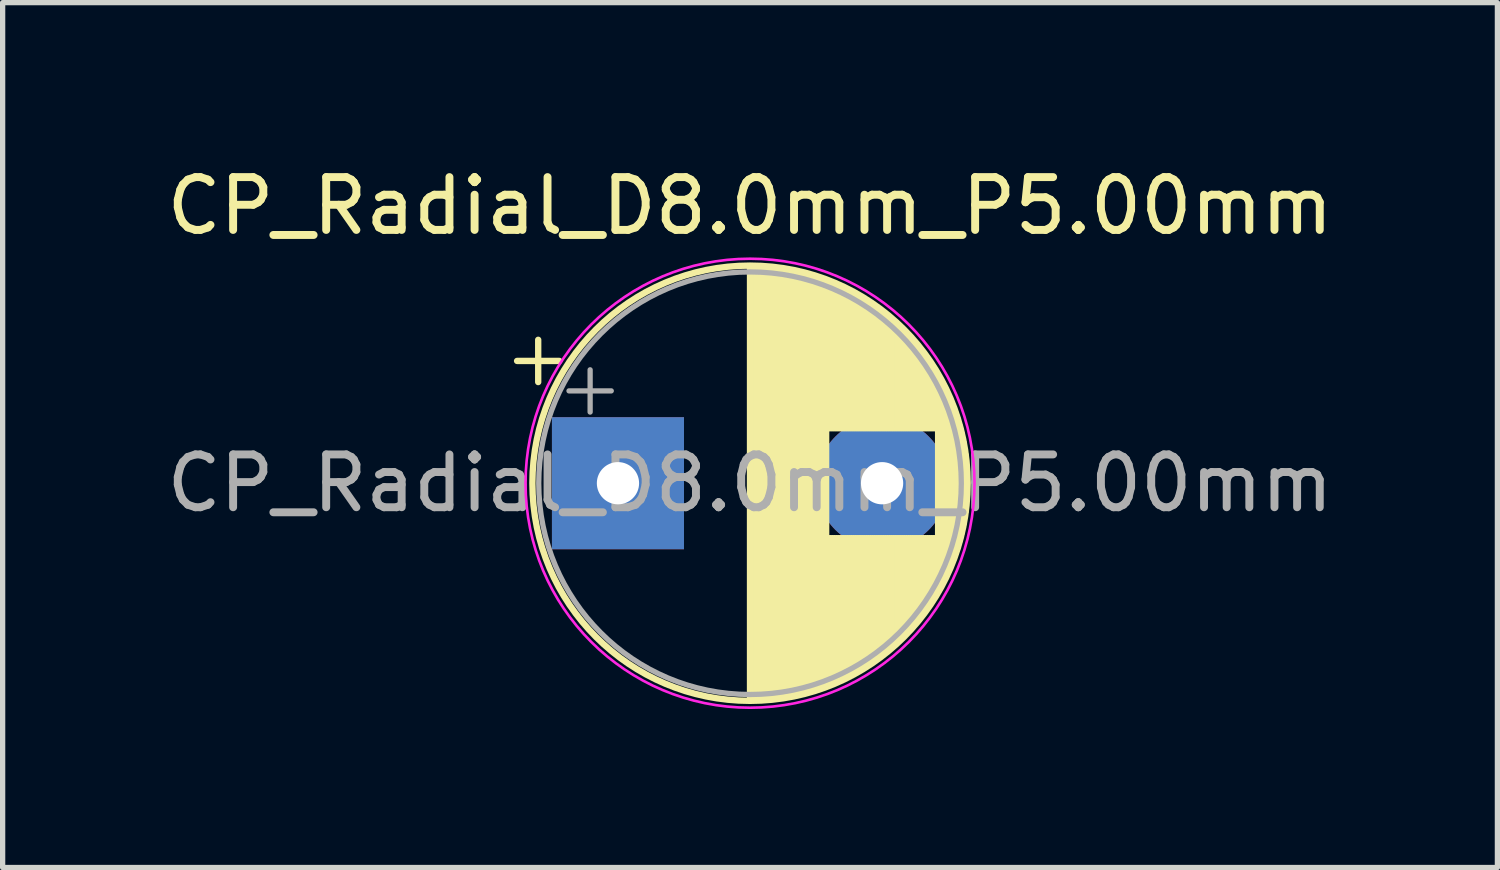
<source format=kicad_pcb>
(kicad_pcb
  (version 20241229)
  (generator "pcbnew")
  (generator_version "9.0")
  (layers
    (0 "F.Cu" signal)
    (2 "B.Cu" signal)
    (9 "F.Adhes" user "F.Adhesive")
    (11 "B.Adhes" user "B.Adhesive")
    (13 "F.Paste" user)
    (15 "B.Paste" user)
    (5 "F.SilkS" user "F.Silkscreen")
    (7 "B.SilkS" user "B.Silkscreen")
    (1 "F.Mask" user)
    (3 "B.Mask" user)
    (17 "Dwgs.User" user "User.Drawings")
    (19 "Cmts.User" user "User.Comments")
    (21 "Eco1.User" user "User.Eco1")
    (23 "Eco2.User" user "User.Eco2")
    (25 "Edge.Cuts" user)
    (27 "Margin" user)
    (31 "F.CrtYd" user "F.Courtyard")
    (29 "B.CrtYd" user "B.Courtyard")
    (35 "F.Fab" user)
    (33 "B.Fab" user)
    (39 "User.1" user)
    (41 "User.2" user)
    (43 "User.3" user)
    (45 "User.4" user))
  (footprint "CP_Radial_D8.0mm_P5.00mm"
    (layer "F.Cu")
    (at 8.649 6.098)
    (property "Reference" "CP_Radial_D8.0mm_P5.00mm" (at 2.5 -5.25 0) (layer "F.SilkS") (effects (font (size 1 1) (thickness 0.15))))
    (attr through_hole)
    (fp_line (start -1.91 -2.315) (end -1.11 -2.315) (stroke (width 0.12) (type solid)) (layer "F.SilkS"))
    (fp_line (start -1.51 -2.715) (end -1.51 -1.915) (stroke (width 0.12) (type solid)) (layer "F.SilkS"))
    (fp_line (start 2.5 -4.08) (end 2.5 4.08) (stroke (width 0.12) (type solid)) (layer "F.SilkS"))
    (fp_line (start 2.54 -4.08) (end 2.54 4.08) (stroke (width 0.12) (type solid)) (layer "F.SilkS"))
    (fp_line (start 2.58 -4.08) (end 2.58 4.08) (stroke (width 0.12) (type solid)) (layer "F.SilkS"))
    (fp_line (start 2.62 -4.079) (end 2.62 4.079) (stroke (width 0.12) (type solid)) (layer "F.SilkS"))
    (fp_line (start 2.66 -4.077) (end 2.66 4.077) (stroke (width 0.12) (type solid)) (layer "F.SilkS"))
    (fp_line (start 2.7 -4.076) (end 2.7 4.076) (stroke (width 0.12) (type solid)) (layer "F.SilkS"))
    (fp_line (start 2.74 -4.074) (end 2.74 4.074) (stroke (width 0.12) (type solid)) (layer "F.SilkS"))
    (fp_line (start 2.78 -4.071) (end 2.78 4.071) (stroke (width 0.12) (type solid)) (layer "F.SilkS"))
    (fp_line (start 2.82 -4.068) (end 2.82 4.068) (stroke (width 0.12) (type solid)) (layer "F.SilkS"))
    (fp_line (start 2.86 -4.065) (end 2.86 4.065) (stroke (width 0.12) (type solid)) (layer "F.SilkS"))
    (fp_line (start 2.9 -4.061) (end 2.9 4.061) (stroke (width 0.12) (type solid)) (layer "F.SilkS"))
    (fp_line (start 2.94 -4.057) (end 2.94 4.057) (stroke (width 0.12) (type solid)) (layer "F.SilkS"))
    (fp_line (start 2.98 -4.052) (end 2.98 4.052) (stroke (width 0.12) (type solid)) (layer "F.SilkS"))
    (fp_line (start 3.02 -4.048) (end 3.02 4.048) (stroke (width 0.12) (type solid)) (layer "F.SilkS"))
    (fp_line (start 3.06 -4.042) (end 3.06 4.042) (stroke (width 0.12) (type solid)) (layer "F.SilkS"))
    (fp_line (start 3.1 -4.037) (end 3.1 4.037) (stroke (width 0.12) (type solid)) (layer "F.SilkS"))
    (fp_line (start 3.14 -4.03) (end 3.14 4.03) (stroke (width 0.12) (type solid)) (layer "F.SilkS"))
    (fp_line (start 3.18 -4.024) (end 3.18 4.024) (stroke (width 0.12) (type solid)) (layer "F.SilkS"))
    (fp_line (start 3.221 -4.017) (end 3.221 4.017) (stroke (width 0.12) (type solid)) (layer "F.SilkS"))
    (fp_line (start 3.261 -4.01) (end 3.261 4.01) (stroke (width 0.12) (type solid)) (layer "F.SilkS"))
    (fp_line (start 3.301 -4.002) (end 3.301 4.002) (stroke (width 0.12) (type solid)) (layer "F.SilkS"))
    (fp_line (start 3.341 -3.994) (end 3.341 3.994) (stroke (width 0.12) (type solid)) (layer "F.SilkS"))
    (fp_line (start 3.381 -3.985) (end 3.381 3.985) (stroke (width 0.12) (type solid)) (layer "F.SilkS"))
    (fp_line (start 3.421 -3.976) (end 3.421 3.976) (stroke (width 0.12) (type solid)) (layer "F.SilkS"))
    (fp_line (start 3.461 -3.967) (end 3.461 3.967) (stroke (width 0.12) (type solid)) (layer "F.SilkS"))
    (fp_line (start 3.501 -3.957) (end 3.501 3.957) (stroke (width 0.12) (type solid)) (layer "F.SilkS"))
    (fp_line (start 3.541 -3.947) (end 3.541 3.947) (stroke (width 0.12) (type solid)) (layer "F.SilkS"))
    (fp_line (start 3.581 -3.936) (end 3.581 3.936) (stroke (width 0.12) (type solid)) (layer "F.SilkS"))
    (fp_line (start 3.621 -3.925) (end 3.621 3.925) (stroke (width 0.12) (type solid)) (layer "F.SilkS"))
    (fp_line (start 3.661 -3.914) (end 3.661 3.914) (stroke (width 0.12) (type solid)) (layer "F.SilkS"))
    (fp_line (start 3.701 -3.902) (end 3.701 3.902) (stroke (width 0.12) (type solid)) (layer "F.SilkS"))
    (fp_line (start 3.741 -3.889) (end 3.741 3.889) (stroke (width 0.12) (type solid)) (layer "F.SilkS"))
    (fp_line (start 3.781 -3.877) (end 3.781 3.877) (stroke (width 0.12) (type solid)) (layer "F.SilkS"))
    (fp_line (start 3.821 -3.863) (end 3.821 3.863) (stroke (width 0.12) (type solid)) (layer "F.SilkS"))
    (fp_line (start 3.861 -3.85) (end 3.861 3.85) (stroke (width 0.12) (type solid)) (layer "F.SilkS"))
    (fp_line (start 3.901 -3.835) (end 3.901 3.835) (stroke (width 0.12) (type solid)) (layer "F.SilkS"))
    (fp_line (start 3.941 -3.821) (end 3.941 3.821) (stroke (width 0.12) (type solid)) (layer "F.SilkS"))
    (fp_line (start 3.981 -3.805) (end 3.981 -1.04) (stroke (width 0.12) (type solid)) (layer "F.SilkS"))
    (fp_line (start 3.981 1.04) (end 3.981 3.805) (stroke (width 0.12) (type solid)) (layer "F.SilkS"))
    (fp_line (start 4.021 -3.79) (end 4.021 -1.04) (stroke (width 0.12) (type solid)) (layer "F.SilkS"))
    (fp_line (start 4.021 1.04) (end 4.021 3.79) (stroke (width 0.12) (type solid)) (layer "F.SilkS"))
    (fp_line (start 4.061 -3.774) (end 4.061 -1.04) (stroke (width 0.12) (type solid)) (layer "F.SilkS"))
    (fp_line (start 4.061 1.04) (end 4.061 3.774) (stroke (width 0.12) (type solid)) (layer "F.SilkS"))
    (fp_line (start 4.101 -3.757) (end 4.101 -1.04) (stroke (width 0.12) (type solid)) (layer "F.SilkS"))
    (fp_line (start 4.101 1.04) (end 4.101 3.757) (stroke (width 0.12) (type solid)) (layer "F.SilkS"))
    (fp_line (start 4.141 -3.74) (end 4.141 -1.04) (stroke (width 0.12) (type solid)) (layer "F.SilkS"))
    (fp_line (start 4.141 1.04) (end 4.141 3.74) (stroke (width 0.12) (type solid)) (layer "F.SilkS"))
    (fp_line (start 4.181 -3.722) (end 4.181 -1.04) (stroke (width 0.12) (type solid)) (layer "F.SilkS"))
    (fp_line (start 4.181 1.04) (end 4.181 3.722) (stroke (width 0.12) (type solid)) (layer "F.SilkS"))
    (fp_line (start 4.221 -3.704) (end 4.221 -1.04) (stroke (width 0.12) (type solid)) (layer "F.SilkS"))
    (fp_line (start 4.221 1.04) (end 4.221 3.704) (stroke (width 0.12) (type solid)) (layer "F.SilkS"))
    (fp_line (start 4.261 -3.686) (end 4.261 -1.04) (stroke (width 0.12) (type solid)) (layer "F.SilkS"))
    (fp_line (start 4.261 1.04) (end 4.261 3.686) (stroke (width 0.12) (type solid)) (layer "F.SilkS"))
    (fp_line (start 4.301 -3.666) (end 4.301 -1.04) (stroke (width 0.12) (type solid)) (layer "F.SilkS"))
    (fp_line (start 4.301 1.04) (end 4.301 3.666) (stroke (width 0.12) (type solid)) (layer "F.SilkS"))
    (fp_line (start 4.341 -3.647) (end 4.341 -1.04) (stroke (width 0.12) (type solid)) (layer "F.SilkS"))
    (fp_line (start 4.341 1.04) (end 4.341 3.647) (stroke (width 0.12) (type solid)) (layer "F.SilkS"))
    (fp_line (start 4.381 -3.627) (end 4.381 -1.04) (stroke (width 0.12) (type solid)) (layer "F.SilkS"))
    (fp_line (start 4.381 1.04) (end 4.381 3.627) (stroke (width 0.12) (type solid)) (layer "F.SilkS"))
    (fp_line (start 4.421 -3.606) (end 4.421 -1.04) (stroke (width 0.12) (type solid)) (layer "F.SilkS"))
    (fp_line (start 4.421 1.04) (end 4.421 3.606) (stroke (width 0.12) (type solid)) (layer "F.SilkS"))
    (fp_line (start 4.461 -3.584) (end 4.461 -1.04) (stroke (width 0.12) (type solid)) (layer "F.SilkS"))
    (fp_line (start 4.461 1.04) (end 4.461 3.584) (stroke (width 0.12) (type solid)) (layer "F.SilkS"))
    (fp_line (start 4.501 -3.562) (end 4.501 -1.04) (stroke (width 0.12) (type solid)) (layer "F.SilkS"))
    (fp_line (start 4.501 1.04) (end 4.501 3.562) (stroke (width 0.12) (type solid)) (layer "F.SilkS"))
    (fp_line (start 4.541 -3.54) (end 4.541 -1.04) (stroke (width 0.12) (type solid)) (layer "F.SilkS"))
    (fp_line (start 4.541 1.04) (end 4.541 3.54) (stroke (width 0.12) (type solid)) (layer "F.SilkS"))
    (fp_line (start 4.581 -3.517) (end 4.581 -1.04) (stroke (width 0.12) (type solid)) (layer "F.SilkS"))
    (fp_line (start 4.581 1.04) (end 4.581 3.517) (stroke (width 0.12) (type solid)) (layer "F.SilkS"))
    (fp_line (start 4.621 -3.493) (end 4.621 -1.04) (stroke (width 0.12) (type solid)) (layer "F.SilkS"))
    (fp_line (start 4.621 1.04) (end 4.621 3.493) (stroke (width 0.12) (type solid)) (layer "F.SilkS"))
    (fp_line (start 4.661 -3.469) (end 4.661 -1.04) (stroke (width 0.12) (type solid)) (layer "F.SilkS"))
    (fp_line (start 4.661 1.04) (end 4.661 3.469) (stroke (width 0.12) (type solid)) (layer "F.SilkS"))
    (fp_line (start 4.701 -3.444) (end 4.701 -1.04) (stroke (width 0.12) (type solid)) (layer "F.SilkS"))
    (fp_line (start 4.701 1.04) (end 4.701 3.444) (stroke (width 0.12) (type solid)) (layer "F.SilkS"))
    (fp_line (start 4.741 -3.418) (end 4.741 -1.04) (stroke (width 0.12) (type solid)) (layer "F.SilkS"))
    (fp_line (start 4.741 1.04) (end 4.741 3.418) (stroke (width 0.12) (type solid)) (layer "F.SilkS"))
    (fp_line (start 4.781 -3.392) (end 4.781 -1.04) (stroke (width 0.12) (type solid)) (layer "F.SilkS"))
    (fp_line (start 4.781 1.04) (end 4.781 3.392) (stroke (width 0.12) (type solid)) (layer "F.SilkS"))
    (fp_line (start 4.821 -3.365) (end 4.821 -1.04) (stroke (width 0.12) (type solid)) (layer "F.SilkS"))
    (fp_line (start 4.821 1.04) (end 4.821 3.365) (stroke (width 0.12) (type solid)) (layer "F.SilkS"))
    (fp_line (start 4.861 -3.338) (end 4.861 -1.04) (stroke (width 0.12) (type solid)) (layer "F.SilkS"))
    (fp_line (start 4.861 1.04) (end 4.861 3.338) (stroke (width 0.12) (type solid)) (layer "F.SilkS"))
    (fp_line (start 4.901 -3.309) (end 4.901 -1.04) (stroke (width 0.12) (type solid)) (layer "F.SilkS"))
    (fp_line (start 4.901 1.04) (end 4.901 3.309) (stroke (width 0.12) (type solid)) (layer "F.SilkS"))
    (fp_line (start 4.941 -3.28) (end 4.941 -1.04) (stroke (width 0.12) (type solid)) (layer "F.SilkS"))
    (fp_line (start 4.941 1.04) (end 4.941 3.28) (stroke (width 0.12) (type solid)) (layer "F.SilkS"))
    (fp_line (start 4.981 -3.25) (end 4.981 -1.04) (stroke (width 0.12) (type solid)) (layer "F.SilkS"))
    (fp_line (start 4.981 1.04) (end 4.981 3.25) (stroke (width 0.12) (type solid)) (layer "F.SilkS"))
    (fp_line (start 5.021 -3.22) (end 5.021 -1.04) (stroke (width 0.12) (type solid)) (layer "F.SilkS"))
    (fp_line (start 5.021 1.04) (end 5.021 3.22) (stroke (width 0.12) (type solid)) (layer "F.SilkS"))
    (fp_line (start 5.061 -3.189) (end 5.061 -1.04) (stroke (width 0.12) (type solid)) (layer "F.SilkS"))
    (fp_line (start 5.061 1.04) (end 5.061 3.189) (stroke (width 0.12) (type solid)) (layer "F.SilkS"))
    (fp_line (start 5.101 -3.156) (end 5.101 -1.04) (stroke (width 0.12) (type solid)) (layer "F.SilkS"))
    (fp_line (start 5.101 1.04) (end 5.101 3.156) (stroke (width 0.12) (type solid)) (layer "F.SilkS"))
    (fp_line (start 5.141 -3.124) (end 5.141 -1.04) (stroke (width 0.12) (type solid)) (layer "F.SilkS"))
    (fp_line (start 5.141 1.04) (end 5.141 3.124) (stroke (width 0.12) (type solid)) (layer "F.SilkS"))
    (fp_line (start 5.181 -3.09) (end 5.181 -1.04) (stroke (width 0.12) (type solid)) (layer "F.SilkS"))
    (fp_line (start 5.181 1.04) (end 5.181 3.09) (stroke (width 0.12) (type solid)) (layer "F.SilkS"))
    (fp_line (start 5.221 -3.055) (end 5.221 -1.04) (stroke (width 0.12) (type solid)) (layer "F.SilkS"))
    (fp_line (start 5.221 1.04) (end 5.221 3.055) (stroke (width 0.12) (type solid)) (layer "F.SilkS"))
    (fp_line (start 5.261 -3.019) (end 5.261 -1.04) (stroke (width 0.12) (type solid)) (layer "F.SilkS"))
    (fp_line (start 5.261 1.04) (end 5.261 3.019) (stroke (width 0.12) (type solid)) (layer "F.SilkS"))
    (fp_line (start 5.301 -2.983) (end 5.301 -1.04) (stroke (width 0.12) (type solid)) (layer "F.SilkS"))
    (fp_line (start 5.301 1.04) (end 5.301 2.983) (stroke (width 0.12) (type solid)) (layer "F.SilkS"))
    (fp_line (start 5.341 -2.945) (end 5.341 -1.04) (stroke (width 0.12) (type solid)) (layer "F.SilkS"))
    (fp_line (start 5.341 1.04) (end 5.341 2.945) (stroke (width 0.12) (type solid)) (layer "F.SilkS"))
    (fp_line (start 5.381 -2.907) (end 5.381 -1.04) (stroke (width 0.12) (type solid)) (layer "F.SilkS"))
    (fp_line (start 5.381 1.04) (end 5.381 2.907) (stroke (width 0.12) (type solid)) (layer "F.SilkS"))
    (fp_line (start 5.421 -2.867) (end 5.421 -1.04) (stroke (width 0.12) (type solid)) (layer "F.SilkS"))
    (fp_line (start 5.421 1.04) (end 5.421 2.867) (stroke (width 0.12) (type solid)) (layer "F.SilkS"))
    (fp_line (start 5.461 -2.826) (end 5.461 -1.04) (stroke (width 0.12) (type solid)) (layer "F.SilkS"))
    (fp_line (start 5.461 1.04) (end 5.461 2.826) (stroke (width 0.12) (type solid)) (layer "F.SilkS"))
    (fp_line (start 5.501 -2.784) (end 5.501 -1.04) (stroke (width 0.12) (type solid)) (layer "F.SilkS"))
    (fp_line (start 5.501 1.04) (end 5.501 2.784) (stroke (width 0.12) (type solid)) (layer "F.SilkS"))
    (fp_line (start 5.541 -2.741) (end 5.541 -1.04) (stroke (width 0.12) (type solid)) (layer "F.SilkS"))
    (fp_line (start 5.541 1.04) (end 5.541 2.741) (stroke (width 0.12) (type solid)) (layer "F.SilkS"))
    (fp_line (start 5.581 -2.697) (end 5.581 -1.04) (stroke (width 0.12) (type solid)) (layer "F.SilkS"))
    (fp_line (start 5.581 1.04) (end 5.581 2.697) (stroke (width 0.12) (type solid)) (layer "F.SilkS"))
    (fp_line (start 5.621 -2.651) (end 5.621 -1.04) (stroke (width 0.12) (type solid)) (layer "F.SilkS"))
    (fp_line (start 5.621 1.04) (end 5.621 2.651) (stroke (width 0.12) (type solid)) (layer "F.SilkS"))
    (fp_line (start 5.661 -2.604) (end 5.661 -1.04) (stroke (width 0.12) (type solid)) (layer "F.SilkS"))
    (fp_line (start 5.661 1.04) (end 5.661 2.604) (stroke (width 0.12) (type solid)) (layer "F.SilkS"))
    (fp_line (start 5.701 -2.556) (end 5.701 -1.04) (stroke (width 0.12) (type solid)) (layer "F.SilkS"))
    (fp_line (start 5.701 1.04) (end 5.701 2.556) (stroke (width 0.12) (type solid)) (layer "F.SilkS"))
    (fp_line (start 5.741 -2.505) (end 5.741 -1.04) (stroke (width 0.12) (type solid)) (layer "F.SilkS"))
    (fp_line (start 5.741 1.04) (end 5.741 2.505) (stroke (width 0.12) (type solid)) (layer "F.SilkS"))
    (fp_line (start 5.781 -2.454) (end 5.781 -1.04) (stroke (width 0.12) (type solid)) (layer "F.SilkS"))
    (fp_line (start 5.781 1.04) (end 5.781 2.454) (stroke (width 0.12) (type solid)) (layer "F.SilkS"))
    (fp_line (start 5.821 -2.4) (end 5.821 -1.04) (stroke (width 0.12) (type solid)) (layer "F.SilkS"))
    (fp_line (start 5.821 1.04) (end 5.821 2.4) (stroke (width 0.12) (type solid)) (layer "F.SilkS"))
    (fp_line (start 5.861 -2.345) (end 5.861 -1.04) (stroke (width 0.12) (type solid)) (layer "F.SilkS"))
    (fp_line (start 5.861 1.04) (end 5.861 2.345) (stroke (width 0.12) (type solid)) (layer "F.SilkS"))
    (fp_line (start 5.901 -2.287) (end 5.901 -1.04) (stroke (width 0.12) (type solid)) (layer "F.SilkS"))
    (fp_line (start 5.901 1.04) (end 5.901 2.287) (stroke (width 0.12) (type solid)) (layer "F.SilkS"))
    (fp_line (start 5.941 -2.228) (end 5.941 -1.04) (stroke (width 0.12) (type solid)) (layer "F.SilkS"))
    (fp_line (start 5.941 1.04) (end 5.941 2.228) (stroke (width 0.12) (type solid)) (layer "F.SilkS"))
    (fp_line (start 5.981 -2.166) (end 5.981 -1.04) (stroke (width 0.12) (type solid)) (layer "F.SilkS"))
    (fp_line (start 5.981 1.04) (end 5.981 2.166) (stroke (width 0.12) (type solid)) (layer "F.SilkS"))
    (fp_line (start 6.021 -2.102) (end 6.021 -1.04) (stroke (width 0.12) (type solid)) (layer "F.SilkS"))
    (fp_line (start 6.021 1.04) (end 6.021 2.102) (stroke (width 0.12) (type solid)) (layer "F.SilkS"))
    (fp_line (start 6.061 -2.034) (end 6.061 2.034) (stroke (width 0.12) (type solid)) (layer "F.SilkS"))
    (fp_line (start 6.101 -1.964) (end 6.101 1.964) (stroke (width 0.12) (type solid)) (layer "F.SilkS"))
    (fp_line (start 6.141 -1.89) (end 6.141 1.89) (stroke (width 0.12) (type solid)) (layer "F.SilkS"))
    (fp_line (start 6.181 -1.813) (end 6.181 1.813) (stroke (width 0.12) (type solid)) (layer "F.SilkS"))
    (fp_line (start 6.221 -1.731) (end 6.221 1.731) (stroke (width 0.12) (type solid)) (layer "F.SilkS"))
    (fp_line (start 6.261 -1.645) (end 6.261 1.645) (stroke (width 0.12) (type solid)) (layer "F.SilkS"))
    (fp_line (start 6.301 -1.552) (end 6.301 1.552) (stroke (width 0.12) (type solid)) (layer "F.SilkS"))
    (fp_line (start 6.341 -1.453) (end 6.341 1.453) (stroke (width 0.12) (type solid)) (layer "F.SilkS"))
    (fp_line (start 6.381 -1.346) (end 6.381 1.346) (stroke (width 0.12) (type solid)) (layer "F.SilkS"))
    (fp_line (start 6.421 -1.229) (end 6.421 1.229) (stroke (width 0.12) (type solid)) (layer "F.SilkS"))
    (fp_line (start 6.461 -1.098) (end 6.461 1.098) (stroke (width 0.12) (type solid)) (layer "F.SilkS"))
    (fp_line (start 6.501 -0.948) (end 6.501 0.948) (stroke (width 0.12) (type solid)) (layer "F.SilkS"))
    (fp_line (start 6.541 -0.768) (end 6.541 0.768) (stroke (width 0.12) (type solid)) (layer "F.SilkS"))
    (fp_line (start 6.581 -0.533) (end 6.581 0.533) (stroke (width 0.12) (type solid)) (layer "F.SilkS"))
    (fp_circle (center 2.5 0) (end 6.62 0) (stroke (width 0.12) (type solid)) (fill no) (layer "F.SilkS"))
    (fp_circle (center 2.5 0) (end 6.75 0) (stroke (width 0.05) (type solid)) (fill no) (layer "F.CrtYd"))
    (fp_line (start -0.927 -1.748) (end -0.127 -1.748) (stroke (width 0.1) (type solid)) (layer "F.Fab"))
    (fp_line (start -0.527 -2.147) (end -0.527 -1.347) (stroke (width 0.1) (type solid)) (layer "F.Fab"))
    (fp_circle (center 2.5 0) (end 6.5 0) (stroke (width 0.1) (type solid)) (fill no) (layer "F.Fab"))
    (fp_text user "${REFERENCE}" (at 2.5 0 0) (layer "F.Fab") (effects (font (size 1 1) (thickness 0.15))))
    (pad "1" thru_hole rect (at 0 0) (size 2.5 2.5) (drill 0.8) (layers "*.Cu" "*.Mask"))
    (pad "2" thru_hole circle (at 5 0) (size 2.5 2.5) (drill 0.8) (layers "*.Cu" "*.Mask")))
  (gr_rect
    (start -3 -3)
    (end 25.298 13.373)
    (stroke (width 0.1) (type default))
    (fill no)
    (layer "Edge.Cuts")))
</source>
